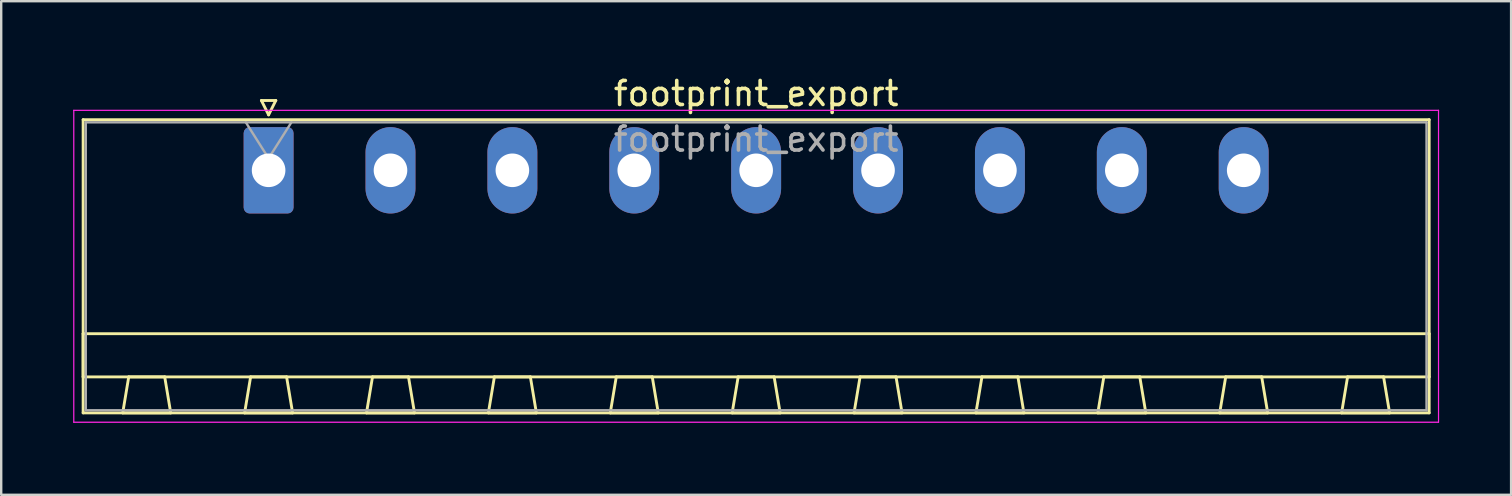
<source format=kicad_pcb>
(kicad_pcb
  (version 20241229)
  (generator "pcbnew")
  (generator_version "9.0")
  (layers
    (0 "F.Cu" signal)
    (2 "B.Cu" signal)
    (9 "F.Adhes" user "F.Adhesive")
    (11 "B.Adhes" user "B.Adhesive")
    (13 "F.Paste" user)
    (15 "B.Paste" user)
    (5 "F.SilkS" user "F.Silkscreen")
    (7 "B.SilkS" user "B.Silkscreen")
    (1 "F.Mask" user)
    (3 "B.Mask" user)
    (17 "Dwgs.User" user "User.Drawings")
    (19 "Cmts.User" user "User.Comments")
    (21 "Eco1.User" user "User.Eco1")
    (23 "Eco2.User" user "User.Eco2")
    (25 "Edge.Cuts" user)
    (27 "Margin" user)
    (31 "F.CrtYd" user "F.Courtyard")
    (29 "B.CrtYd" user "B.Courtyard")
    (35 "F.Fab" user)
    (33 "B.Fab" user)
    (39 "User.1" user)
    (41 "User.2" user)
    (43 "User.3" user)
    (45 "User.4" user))
  (footprint "footprint_export"
    (layer "F.Cu")
    (at 8.145 4.048)
    (property "Reference" "footprint_export" (at 20.32 -3.2 0) (layer "F.SilkS") (effects (font (size 1 1) (thickness 0.15))))
    (attr through_hole)
    (fp_line (start -7.73 -2.11) (end -7.73 10.11) (stroke (width 0.12) (type solid)) (layer "F.SilkS"))
    (fp_line (start -7.73 6.81) (end 48.37 6.81) (stroke (width 0.12) (type solid)) (layer "F.SilkS"))
    (fp_line (start -7.73 8.61) (end -7.73 6.81) (stroke (width 0.12) (type solid)) (layer "F.SilkS"))
    (fp_line (start -7.73 10.11) (end 48.37 10.11) (stroke (width 0.12) (type solid)) (layer "F.SilkS"))
    (fp_line (start -6.08 10.11) (end -4.08 10.11) (stroke (width 0.12) (type solid)) (layer "F.SilkS"))
    (fp_line (start -5.83 8.61) (end -6.08 10.11) (stroke (width 0.12) (type solid)) (layer "F.SilkS"))
    (fp_line (start -4.33 8.61) (end -5.83 8.61) (stroke (width 0.12) (type solid)) (layer "F.SilkS"))
    (fp_line (start -4.08 10.11) (end -4.33 8.61) (stroke (width 0.12) (type solid)) (layer "F.SilkS"))
    (fp_line (start -1 10.11) (end 1 10.11) (stroke (width 0.12) (type solid)) (layer "F.SilkS"))
    (fp_line (start -0.75 8.61) (end -1 10.11) (stroke (width 0.12) (type solid)) (layer "F.SilkS"))
    (fp_line (start -0.3 -2.91) (end 0.3 -2.91) (stroke (width 0.12) (type solid)) (layer "F.SilkS"))
    (fp_line (start 0 -2.31) (end -0.3 -2.91) (stroke (width 0.12) (type solid)) (layer "F.SilkS"))
    (fp_line (start 0.3 -2.91) (end 0 -2.31) (stroke (width 0.12) (type solid)) (layer "F.SilkS"))
    (fp_line (start 0.75 8.61) (end -0.75 8.61) (stroke (width 0.12) (type solid)) (layer "F.SilkS"))
    (fp_line (start 1 10.11) (end 0.75 8.61) (stroke (width 0.12) (type solid)) (layer "F.SilkS"))
    (fp_line (start 4.08 10.11) (end 6.08 10.11) (stroke (width 0.12) (type solid)) (layer "F.SilkS"))
    (fp_line (start 4.33 8.61) (end 4.08 10.11) (stroke (width 0.12) (type solid)) (layer "F.SilkS"))
    (fp_line (start 5.83 8.61) (end 4.33 8.61) (stroke (width 0.12) (type solid)) (layer "F.SilkS"))
    (fp_line (start 6.08 10.11) (end 5.83 8.61) (stroke (width 0.12) (type solid)) (layer "F.SilkS"))
    (fp_line (start 9.16 10.11) (end 11.16 10.11) (stroke (width 0.12) (type solid)) (layer "F.SilkS"))
    (fp_line (start 9.41 8.61) (end 9.16 10.11) (stroke (width 0.12) (type solid)) (layer "F.SilkS"))
    (fp_line (start 10.91 8.61) (end 9.41 8.61) (stroke (width 0.12) (type solid)) (layer "F.SilkS"))
    (fp_line (start 11.16 10.11) (end 10.91 8.61) (stroke (width 0.12) (type solid)) (layer "F.SilkS"))
    (fp_line (start 14.24 10.11) (end 16.24 10.11) (stroke (width 0.12) (type solid)) (layer "F.SilkS"))
    (fp_line (start 14.49 8.61) (end 14.24 10.11) (stroke (width 0.12) (type solid)) (layer "F.SilkS"))
    (fp_line (start 15.99 8.61) (end 14.49 8.61) (stroke (width 0.12) (type solid)) (layer "F.SilkS"))
    (fp_line (start 16.24 10.11) (end 15.99 8.61) (stroke (width 0.12) (type solid)) (layer "F.SilkS"))
    (fp_line (start 19.32 10.11) (end 21.32 10.11) (stroke (width 0.12) (type solid)) (layer "F.SilkS"))
    (fp_line (start 19.57 8.61) (end 19.32 10.11) (stroke (width 0.12) (type solid)) (layer "F.SilkS"))
    (fp_line (start 21.07 8.61) (end 19.57 8.61) (stroke (width 0.12) (type solid)) (layer "F.SilkS"))
    (fp_line (start 21.32 10.11) (end 21.07 8.61) (stroke (width 0.12) (type solid)) (layer "F.SilkS"))
    (fp_line (start 24.4 10.11) (end 26.4 10.11) (stroke (width 0.12) (type solid)) (layer "F.SilkS"))
    (fp_line (start 24.65 8.61) (end 24.4 10.11) (stroke (width 0.12) (type solid)) (layer "F.SilkS"))
    (fp_line (start 26.15 8.61) (end 24.65 8.61) (stroke (width 0.12) (type solid)) (layer "F.SilkS"))
    (fp_line (start 26.4 10.11) (end 26.15 8.61) (stroke (width 0.12) (type solid)) (layer "F.SilkS"))
    (fp_line (start 29.48 10.11) (end 31.48 10.11) (stroke (width 0.12) (type solid)) (layer "F.SilkS"))
    (fp_line (start 29.73 8.61) (end 29.48 10.11) (stroke (width 0.12) (type solid)) (layer "F.SilkS"))
    (fp_line (start 31.23 8.61) (end 29.73 8.61) (stroke (width 0.12) (type solid)) (layer "F.SilkS"))
    (fp_line (start 31.48 10.11) (end 31.23 8.61) (stroke (width 0.12) (type solid)) (layer "F.SilkS"))
    (fp_line (start 34.56 10.11) (end 36.56 10.11) (stroke (width 0.12) (type solid)) (layer "F.SilkS"))
    (fp_line (start 34.81 8.61) (end 34.56 10.11) (stroke (width 0.12) (type solid)) (layer "F.SilkS"))
    (fp_line (start 36.31 8.61) (end 34.81 8.61) (stroke (width 0.12) (type solid)) (layer "F.SilkS"))
    (fp_line (start 36.56 10.11) (end 36.31 8.61) (stroke (width 0.12) (type solid)) (layer "F.SilkS"))
    (fp_line (start 39.64 10.11) (end 41.64 10.11) (stroke (width 0.12) (type solid)) (layer "F.SilkS"))
    (fp_line (start 39.89 8.61) (end 39.64 10.11) (stroke (width 0.12) (type solid)) (layer "F.SilkS"))
    (fp_line (start 41.39 8.61) (end 39.89 8.61) (stroke (width 0.12) (type solid)) (layer "F.SilkS"))
    (fp_line (start 41.64 10.11) (end 41.39 8.61) (stroke (width 0.12) (type solid)) (layer "F.SilkS"))
    (fp_line (start 44.72 10.11) (end 46.72 10.11) (stroke (width 0.12) (type solid)) (layer "F.SilkS"))
    (fp_line (start 44.97 8.61) (end 44.72 10.11) (stroke (width 0.12) (type solid)) (layer "F.SilkS"))
    (fp_line (start 46.47 8.61) (end 44.97 8.61) (stroke (width 0.12) (type solid)) (layer "F.SilkS"))
    (fp_line (start 46.72 10.11) (end 46.47 8.61) (stroke (width 0.12) (type solid)) (layer "F.SilkS"))
    (fp_line (start 48.37 -2.11) (end -7.73 -2.11) (stroke (width 0.12) (type solid)) (layer "F.SilkS"))
    (fp_line (start 48.37 6.81) (end 48.37 8.61) (stroke (width 0.12) (type solid)) (layer "F.SilkS"))
    (fp_line (start 48.37 8.61) (end -7.73 8.61) (stroke (width 0.12) (type solid)) (layer "F.SilkS"))
    (fp_line (start 48.37 10.11) (end 48.37 -2.11) (stroke (width 0.12) (type solid)) (layer "F.SilkS"))
    (fp_line (start -8.12 -2.5) (end -8.12 10.5) (stroke (width 0.05) (type solid)) (layer "F.CrtYd"))
    (fp_line (start -8.12 10.5) (end 48.76 10.5) (stroke (width 0.05) (type solid)) (layer "F.CrtYd"))
    (fp_line (start 48.76 -2.5) (end -8.12 -2.5) (stroke (width 0.05) (type solid)) (layer "F.CrtYd"))
    (fp_line (start 48.76 10.5) (end 48.76 -2.5) (stroke (width 0.05) (type solid)) (layer "F.CrtYd"))
    (fp_line (start -7.62 -2) (end -7.62 10) (stroke (width 0.1) (type solid)) (layer "F.Fab"))
    (fp_line (start -7.62 10) (end 48.26 10) (stroke (width 0.1) (type solid)) (layer "F.Fab"))
    (fp_line (start 0 -0.5) (end -0.95 -2) (stroke (width 0.1) (type solid)) (layer "F.Fab"))
    (fp_line (start 0.95 -2) (end 0 -0.5) (stroke (width 0.1) (type solid)) (layer "F.Fab"))
    (fp_line (start 48.26 -2) (end -7.62 -2) (stroke (width 0.1) (type solid)) (layer "F.Fab"))
    (fp_line (start 48.26 10) (end 48.26 -2) (stroke (width 0.1) (type solid)) (layer "F.Fab"))
    (fp_text user "${REFERENCE}" (at 20.32 -1.3 0) (layer "F.Fab") (effects (font (size 1 1) (thickness 0.15))))
    (pad "1" thru_hole roundrect (at 0 0) (size 2.08 3.6) (drill 1.4) (layers "*.Cu" "*.Mask") (roundrect_rratio 0.12))
    (pad "2" thru_hole oval (at 5.08 0) (size 2.08 3.6) (drill 1.4) (layers "*.Cu" "*.Mask"))
    (pad "3" thru_hole oval (at 10.16 0) (size 2.08 3.6) (drill 1.4) (layers "*.Cu" "*.Mask"))
    (pad "4" thru_hole oval (at 15.24 0) (size 2.08 3.6) (drill 1.4) (layers "*.Cu" "*.Mask"))
    (pad "5" thru_hole oval (at 20.32 0) (size 2.08 3.6) (drill 1.4) (layers "*.Cu" "*.Mask"))
    (pad "6" thru_hole oval (at 25.4 0) (size 2.08 3.6) (drill 1.4) (layers "*.Cu" "*.Mask"))
    (pad "7" thru_hole oval (at 30.48 0) (size 2.08 3.6) (drill 1.4) (layers "*.Cu" "*.Mask"))
    (pad "8" thru_hole oval (at 35.56 0) (size 2.08 3.6) (drill 1.4) (layers "*.Cu" "*.Mask"))
    (pad "9" thru_hole oval (at 40.64 0) (size 2.08 3.6) (drill 1.4) (layers "*.Cu" "*.Mask")))
  (gr_rect
    (start -3 -3)
    (end 59.93 17.573)
    (stroke (width 0.1) (type default))
    (fill no)
    (layer "Edge.Cuts")))
</source>
